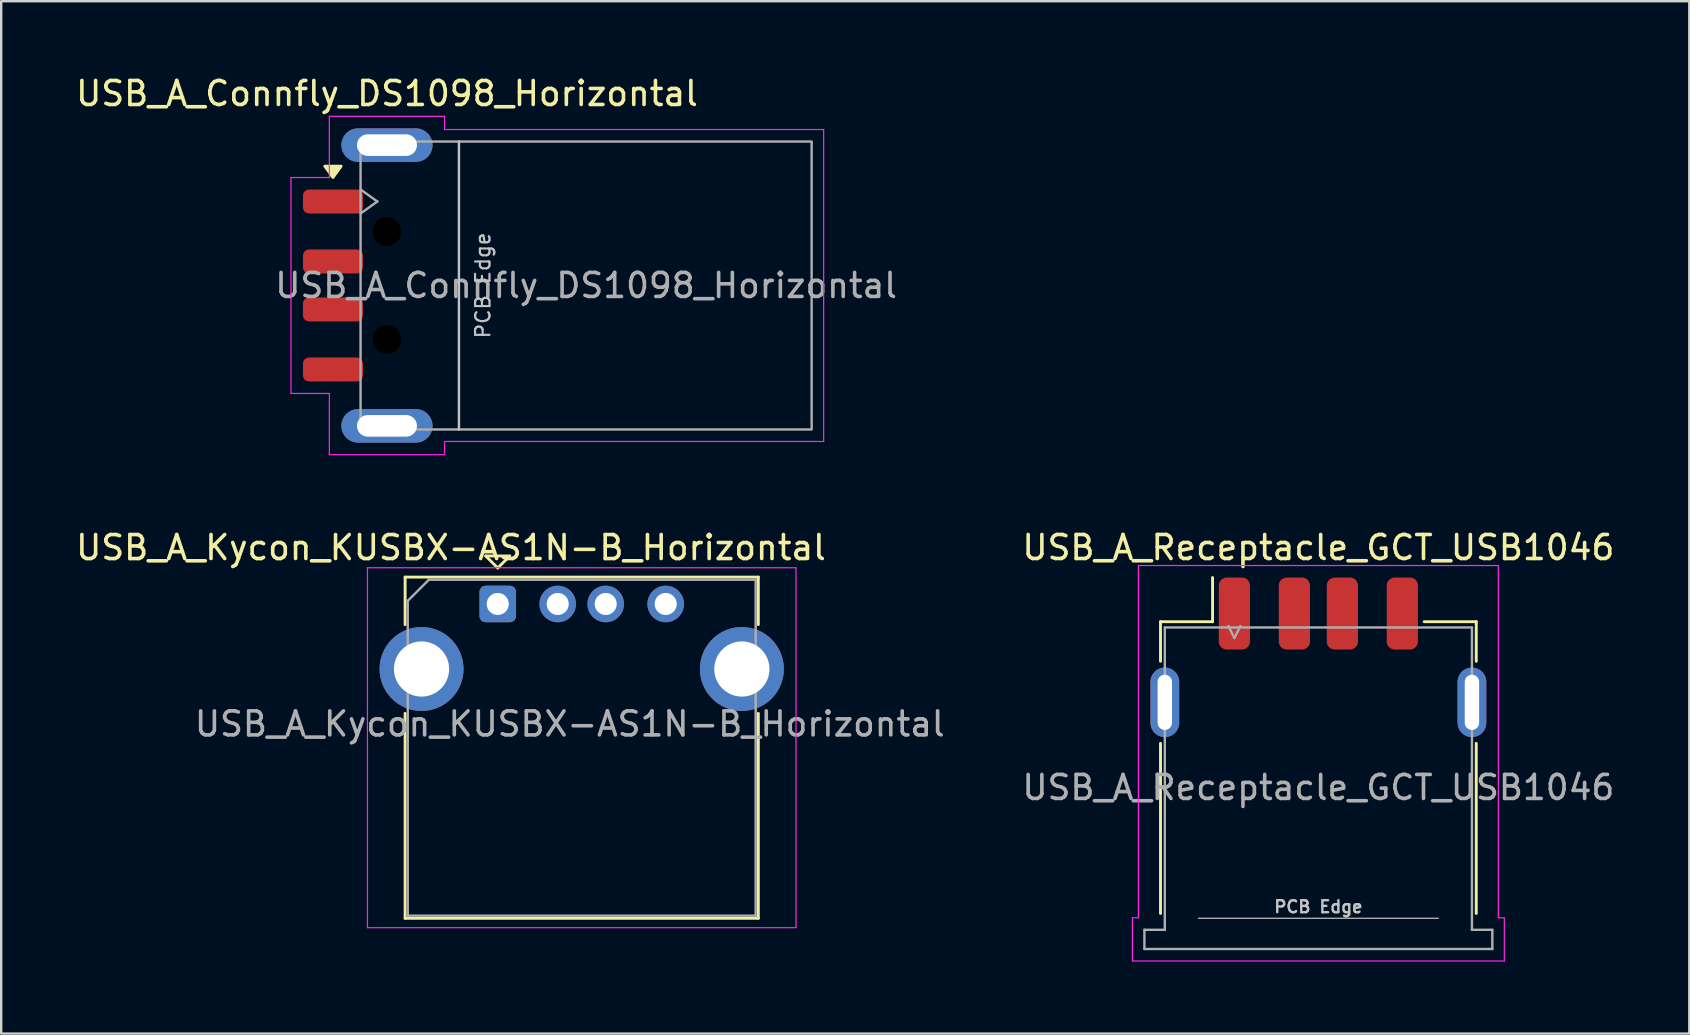
<source format=kicad_pcb>
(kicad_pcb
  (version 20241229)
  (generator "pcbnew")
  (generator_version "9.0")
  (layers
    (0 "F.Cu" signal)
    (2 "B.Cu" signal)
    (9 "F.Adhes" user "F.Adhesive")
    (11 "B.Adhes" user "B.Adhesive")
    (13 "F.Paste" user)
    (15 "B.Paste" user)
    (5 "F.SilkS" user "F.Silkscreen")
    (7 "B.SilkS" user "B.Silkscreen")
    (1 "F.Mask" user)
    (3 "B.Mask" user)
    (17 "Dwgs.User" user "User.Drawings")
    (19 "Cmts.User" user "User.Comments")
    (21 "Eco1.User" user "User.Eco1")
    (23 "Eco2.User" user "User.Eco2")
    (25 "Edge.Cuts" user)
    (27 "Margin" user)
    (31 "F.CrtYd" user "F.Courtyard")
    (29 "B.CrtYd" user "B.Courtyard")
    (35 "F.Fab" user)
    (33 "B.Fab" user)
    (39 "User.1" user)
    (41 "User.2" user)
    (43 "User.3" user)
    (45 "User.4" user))
  (footprint "USB_A_Receptacle_GCT_USB1046"
    (layer "F.Cu")
    (at 51.896 29.771)
    (property "Reference" "USB_A_Receptacle_GCT_USB1046" (at 0 -10 0) (layer "F.SilkS") (effects (font (size 1 1) (thickness 0.15))))
    (attr smd)
    (fp_line (start -6.58 -6.91) (end -6.58 -5.26) (stroke (width 0.12) (type default)) (layer "F.SilkS"))
    (fp_line (start -6.58 -1.84) (end -6.58 5.25) (stroke (width 0.12) (type default)) (layer "F.SilkS"))
    (fp_line (start -4.41 -6.91) (end -6.58 -6.91) (stroke (width 0.12) (type default)) (layer "F.SilkS"))
    (fp_line (start -4.41 -6.91) (end -4.41 -8.75) (stroke (width 0.12) (type default)) (layer "F.SilkS"))
    (fp_line (start 4.41 -6.91) (end 6.58 -6.91) (stroke (width 0.12) (type default)) (layer "F.SilkS"))
    (fp_line (start 6.58 -6.91) (end 6.58 -5.26) (stroke (width 0.12) (type default)) (layer "F.SilkS"))
    (fp_line (start 6.58 -1.84) (end 6.58 5.25) (stroke (width 0.12) (type default)) (layer "F.SilkS"))
    (fp_line (start -5 5.45) (end 5 5.45) (stroke (width 0.05) (type default)) (layer "Dwgs.User"))
    (fp_line (start -7.75 5.43) (end -7.75 7.23) (stroke (width 0.05) (type default)) (layer "F.CrtYd"))
    (fp_line (start -7.75 7.23) (end 7.75 7.23) (stroke (width 0.05) (type solid)) (layer "F.CrtYd"))
    (fp_line (start -7.5 -9.25) (end 7.5 -9.25) (stroke (width 0.05) (type solid)) (layer "F.CrtYd"))
    (fp_line (start -7.5 5.43) (end -7.75 5.43) (stroke (width 0.05) (type default)) (layer "F.CrtYd"))
    (fp_line (start -7.5 5.43) (end -7.5 -9.25) (stroke (width 0.05) (type solid)) (layer "F.CrtYd"))
    (fp_line (start 7.5 5.43) (end 7.5 -9.25) (stroke (width 0.05) (type solid)) (layer "F.CrtYd"))
    (fp_line (start 7.5 5.43) (end 7.75 5.43) (stroke (width 0.05) (type default)) (layer "F.CrtYd"))
    (fp_line (start 7.75 5.43) (end 7.75 7.23) (stroke (width 0.05) (type default)) (layer "F.CrtYd"))
    (fp_line (start -7.25 5.93) (end -7.25 6.73) (stroke (width 0.1) (type default)) (layer "F.Fab"))
    (fp_line (start -7.25 6.73) (end 7.25 6.73) (stroke (width 0.1) (type default)) (layer "F.Fab"))
    (fp_line (start -6.4 -6.67) (end -6.4 5.93) (stroke (width 0.1) (type default)) (layer "F.Fab"))
    (fp_line (start -6.4 5.93) (end -7.25 5.93) (stroke (width 0.1) (type default)) (layer "F.Fab"))
    (fp_line (start -3.75 -6.73) (end -3.5 -6.23) (stroke (width 0.1) (type default)) (layer "F.Fab"))
    (fp_line (start -3.5 -6.23) (end -3.25 -6.73) (stroke (width 0.1) (type default)) (layer "F.Fab"))
    (fp_line (start 6.4 -6.67) (end -6.4 -6.67) (stroke (width 0.1) (type default)) (layer "F.Fab"))
    (fp_line (start 6.4 5.93) (end 6.4 -6.67) (stroke (width 0.1) (type default)) (layer "F.Fab"))
    (fp_line (start 7.25 5.93) (end 6.4 5.93) (stroke (width 0.1) (type default)) (layer "F.Fab"))
    (fp_line (start 7.25 6.73) (end 7.25 5.93) (stroke (width 0.1) (type default)) (layer "F.Fab"))
    (fp_text user "PCB Edge" (at 0 4.97 0) (layer "Dwgs.User") (effects (font (size 0.5 0.5) (thickness 0.1))))
    (fp_text user "${REFERENCE}" (at 0 0 0) (unlocked yes) (layer "F.Fab") (effects (font (size 1 1) (thickness 0.15))))
    (pad "" smd oval (at -6.4 -3.55) (size 1.2 2.9) (layers "F.Paste"))
    (pad "" smd oval (at 6.4 -3.55) (size 1.2 2.9) (layers "F.Paste"))
    (pad "1" smd roundrect (at -3.5 -7.25) (size 1.3 3) (layers "F.Cu" "F.Mask" "F.Paste") (roundrect_rratio 0.25))
    (pad "2" smd roundrect (at -1 -7.25) (size 1.3 3) (layers "F.Cu" "F.Mask" "F.Paste") (roundrect_rratio 0.25))
    (pad "3" smd roundrect (at 1 -7.25) (size 1.3 3) (layers "F.Cu" "F.Mask" "F.Paste") (roundrect_rratio 0.25))
    (pad "4" smd roundrect (at 3.5 -7.25) (size 1.3 3) (layers "F.Cu" "F.Mask" "F.Paste") (roundrect_rratio 0.25))
    (pad "SH" thru_hole oval (at -6.4 -3.55) (size 1.2 2.9) (drill oval 0.6 2.3) (property pad_prop_mechanical) (layers "*.Cu" "*.Mask"))
    (pad "SH" thru_hole oval (at 6.4 -3.55) (size 1.2 2.9) (drill oval 0.6 2.3) (property pad_prop_mechanical) (layers "*.Cu" "*.Mask")))
  (footprint "USB_A_Connfly_DS1098_Horizontal"
    (layer "F.Cu")
    (at 21.377 8.848)
    (property "Reference" "USB_A_Connfly_DS1098_Horizontal" (at -8.3 -8 0) (layer "F.SilkS") (effects (font (size 1 1) (thickness 0.15))))
    (attr smd)
    (fp_poly (pts (xy -10.55 -4.502) (xy -10.89 -4.972) (xy -10.21 -4.972)) (stroke (width 0.12) (type solid)) (fill yes) (layer "F.SilkS"))
    (fp_line (start -5.3 6) (end -5.3 -6) (stroke (width 0.1) (type solid)) (layer "Dwgs.User"))
    (fp_line (start -12.3 -4.5) (end -12.3 4.5) (stroke (width 0.05) (type solid)) (layer "F.CrtYd"))
    (fp_line (start -10.7 -7.05) (end -10.7 -4.5) (stroke (width 0.05) (type solid)) (layer "F.CrtYd"))
    (fp_line (start -10.7 -7.05) (end -5.9 -7.05) (stroke (width 0.05) (type solid)) (layer "F.CrtYd"))
    (fp_line (start -10.7 -4.5) (end -12.3 -4.5) (stroke (width 0.05) (type solid)) (layer "F.CrtYd"))
    (fp_line (start -10.7 4.5) (end -12.3 4.5) (stroke (width 0.05) (type solid)) (layer "F.CrtYd"))
    (fp_line (start -10.7 7.05) (end -10.7 4.5) (stroke (width 0.05) (type solid)) (layer "F.CrtYd"))
    (fp_line (start -10.7 7.05) (end -5.9 7.05) (stroke (width 0.05) (type solid)) (layer "F.CrtYd"))
    (fp_line (start -5.9 -7.05) (end -5.9 -6.5) (stroke (width 0.05) (type solid)) (layer "F.CrtYd"))
    (fp_line (start -5.9 -6.5) (end 9.9 -6.5) (stroke (width 0.05) (type solid)) (layer "F.CrtYd"))
    (fp_line (start -5.9 6.5) (end -5.9 7.05) (stroke (width 0.05) (type solid)) (layer "F.CrtYd"))
    (fp_line (start 9.9 -6.5) (end 9.9 6.5) (stroke (width 0.05) (type solid)) (layer "F.CrtYd"))
    (fp_line (start 9.9 6.5) (end -5.9 6.5) (stroke (width 0.05) (type solid)) (layer "F.CrtYd"))
    (fp_line (start -9.4 -3) (end -8.7 -3.5) (stroke (width 0.1) (type solid)) (layer "F.Fab"))
    (fp_line (start -8.7 -3.5) (end -9.4 -4) (stroke (width 0.1) (type solid)) (layer "F.Fab"))
    (fp_rect (start -9.4 -6) (end 9.4 6) (stroke (width 0.1) (type solid)) (fill no) (layer "F.Fab"))
    (fp_text user "PCB Edge" (at -4.3 0 90) (layer "Dwgs.User") (effects (font (size 0.6 0.6) (thickness 0.09))))
    (fp_text user "${REFERENCE}" (at 0 0 180) (layer "F.Fab") (effects (font (size 1 1) (thickness 0.15))))
    (pad "" np_thru_hole circle (at -8.3 -2.25) (size 1.2 1.2) (drill 1.2) (layers "*.Mask"))
    (pad "" np_thru_hole circle (at -8.3 2.25) (size 1.2 1.2) (drill 1.2) (layers "*.Mask"))
    (pad "1" smd roundrect (at -10.55 -3.5) (size 2.5 1) (layers "F.Cu" "F.Mask" "F.Paste") (roundrect_rratio 0.25))
    (pad "2" smd roundrect (at -10.55 -1) (size 2.5 1) (layers "F.Cu" "F.Mask" "F.Paste") (roundrect_rratio 0.25))
    (pad "3" smd roundrect (at -10.55 1) (size 2.5 1) (layers "F.Cu" "F.Mask" "F.Paste") (roundrect_rratio 0.25))
    (pad "4" smd roundrect (at -10.55 3.5) (size 2.5 1) (layers "F.Cu" "F.Mask" "F.Paste") (roundrect_rratio 0.25))
    (pad "SH" thru_hole oval (at -8.3 -5.85) (size 3.8 1.4) (drill oval 2.5 0.9) (property pad_prop_mechanical) (layers "*.Cu" "*.Mask"))
    (pad "SH" thru_hole oval (at -8.3 5.85) (size 3.8 1.4) (drill oval 2.5 0.9) (property pad_prop_mechanical) (layers "*.Cu" "*.Mask")))
  (footprint "USB_A_Kycon_KUSBX-AS1N-B_Horizontal"
    (layer "F.Cu")
    (at 17.694 22.122)
    (property "Reference" "USB_A_Kycon_KUSBX-AS1N-B_Horizontal" (at -1.95 -2.35 0) (layer "F.SilkS") (effects (font (size 1 1) (thickness 0.15))))
    (attr through_hole)
    (fp_line (start -3.86 -1.12) (end -3.86 0.86) (stroke (width 0.12) (type solid)) (layer "F.SilkS"))
    (fp_line (start -3.86 -1.12) (end 10.86 -1.12) (stroke (width 0.12) (type solid)) (layer "F.SilkS"))
    (fp_line (start -3.86 4.56) (end -3.86 13.1) (stroke (width 0.12) (type solid)) (layer "F.SilkS"))
    (fp_line (start -3.86 13.1) (end 10.86 13.1) (stroke (width 0.12) (type solid)) (layer "F.SilkS"))
    (fp_line (start -0.5 -2) (end 0 -1.5) (stroke (width 0.12) (type solid)) (layer "F.SilkS"))
    (fp_line (start 0 -1.5) (end 0.5 -2) (stroke (width 0.12) (type solid)) (layer "F.SilkS"))
    (fp_line (start 0.5 -2) (end -0.5 -2) (stroke (width 0.12) (type solid)) (layer "F.SilkS"))
    (fp_line (start 10.86 0.86) (end 10.86 -1.12) (stroke (width 0.12) (type solid)) (layer "F.SilkS"))
    (fp_line (start 10.86 4.56) (end 10.86 13.1) (stroke (width 0.12) (type solid)) (layer "F.SilkS"))
    (fp_line (start -5.43 -1.51) (end -5.43 13.49) (stroke (width 0.05) (type solid)) (layer "F.CrtYd"))
    (fp_line (start -5.43 -1.51) (end 12.43 -1.51) (stroke (width 0.05) (type solid)) (layer "F.CrtYd"))
    (fp_line (start 12.43 -1.51) (end 12.43 13.49) (stroke (width 0.05) (type solid)) (layer "F.CrtYd"))
    (fp_line (start 12.43 13.49) (end -5.43 13.49) (stroke (width 0.05) (type solid)) (layer "F.CrtYd"))
    (fp_line (start -3.75 -0.13) (end -3.75 12.99) (stroke (width 0.1) (type solid)) (layer "F.Fab"))
    (fp_line (start -3.75 12.99) (end 10.75 12.99) (stroke (width 0.1) (type solid)) (layer "F.Fab"))
    (fp_line (start -2.87 -1.01) (end -3.75 -0.13) (stroke (width 0.1) (type solid)) (layer "F.Fab"))
    (fp_line (start -2.87 -1.01) (end 10.75 -1.01) (stroke (width 0.1) (type solid)) (layer "F.Fab"))
    (fp_line (start 10.75 -1.01) (end 10.75 12.99) (stroke (width 0.1) (type solid)) (layer "F.Fab"))
    (fp_text user "${REFERENCE}" (at 3 5 0) (layer "F.Fab") (effects (font (size 1 1) (thickness 0.15))))
    (pad "1" thru_hole roundrect (at 0 0) (size 1.524 1.524) (drill 0.92) (layers "*.Cu" "*.Mask") (roundrect_rratio 0.164))
    (pad "2" thru_hole circle (at 2.5 0) (size 1.524 1.524) (drill 0.92) (layers "*.Cu" "*.Mask"))
    (pad "3" thru_hole circle (at 4.5 0) (size 1.524 1.524) (drill 0.92) (layers "*.Cu" "*.Mask"))
    (pad "4" thru_hole circle (at 7 0) (size 1.524 1.524) (drill 0.92) (layers "*.Cu" "*.Mask"))
    (pad "SH" thru_hole circle (at -3.175 2.71) (size 3.5 3.5) (drill 2.3) (layers "*.Cu" "*.Mask"))
    (pad "SH" thru_hole circle (at 10.175 2.71) (size 3.5 3.5) (drill 2.3) (layers "*.Cu" "*.Mask")))
  (gr_rect
    (start -3 -3)
    (end 67.355 40.026)
    (stroke (width 0.1) (type default))
    (fill no)
    (layer "Edge.Cuts")))
</source>
